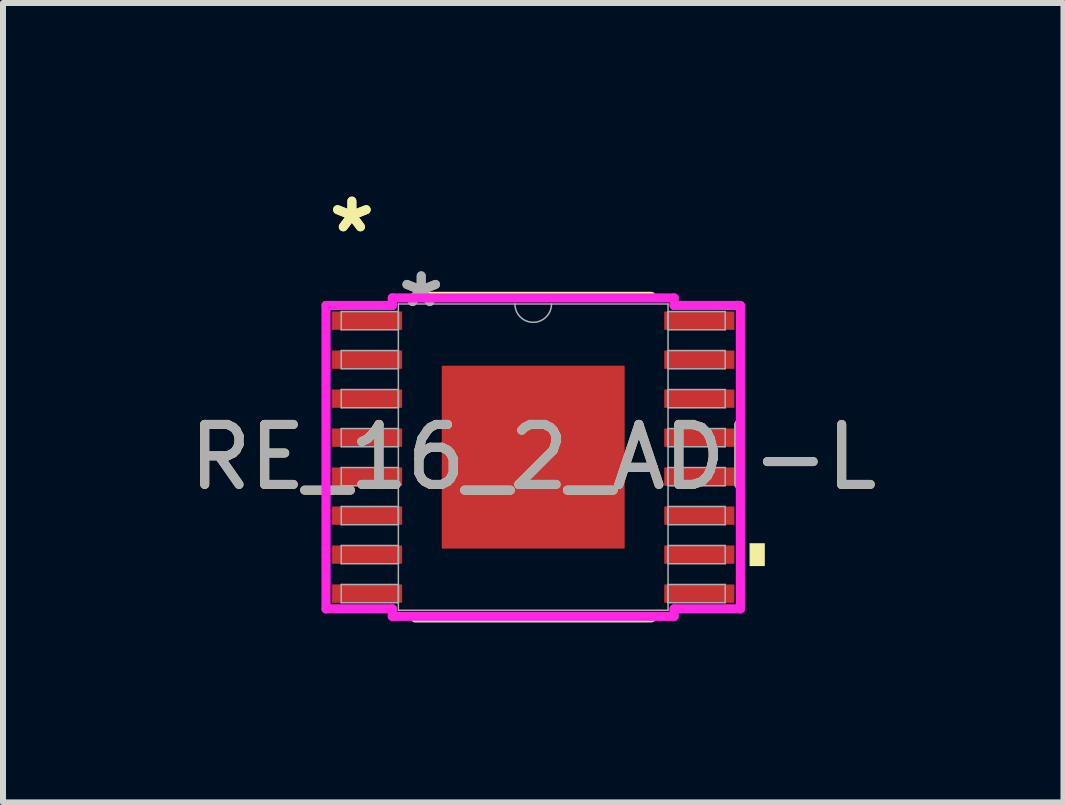
<source format=kicad_pcb>
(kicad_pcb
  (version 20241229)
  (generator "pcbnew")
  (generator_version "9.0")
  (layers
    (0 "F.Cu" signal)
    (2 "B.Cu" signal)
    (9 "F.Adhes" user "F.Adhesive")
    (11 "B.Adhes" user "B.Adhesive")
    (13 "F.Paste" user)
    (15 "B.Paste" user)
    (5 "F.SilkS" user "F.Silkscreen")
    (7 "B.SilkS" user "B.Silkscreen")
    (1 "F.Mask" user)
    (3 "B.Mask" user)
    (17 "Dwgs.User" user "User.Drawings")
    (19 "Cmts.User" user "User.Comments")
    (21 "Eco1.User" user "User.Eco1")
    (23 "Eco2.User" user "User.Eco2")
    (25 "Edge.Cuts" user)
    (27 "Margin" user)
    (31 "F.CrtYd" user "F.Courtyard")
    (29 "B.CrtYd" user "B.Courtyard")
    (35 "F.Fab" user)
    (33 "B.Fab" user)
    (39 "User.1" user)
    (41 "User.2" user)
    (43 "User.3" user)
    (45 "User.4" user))
  (footprint "RE_16_2_ADI-L"
    (layer "F.Cu")
    (at 5.839 4.571)
    (property "Reference" "RE_16_2_ADI-L" (at 0 0 0) (unlocked yes) (layer "F.SilkS") (effects (font (size 1 1) (thickness 0.15))))
    (attr smd)
    (fp_line (start -1.967 2.68) (end 1.967 2.68) (stroke (width 0.152) (type solid)) (layer "F.SilkS"))
    (fp_line (start 1.967 -2.68) (end -1.967 -2.68) (stroke (width 0.152) (type solid)) (layer "F.SilkS"))
    (fp_poly (pts (xy 3.861 1.435) (xy 3.861 1.816) (xy 3.607 1.816) (xy 3.607 1.435)) (stroke (width 0) (type solid)) (fill yes) (layer "F.SilkS"))
    (fp_poly (pts (xy -1.424 -1.424) (xy -1.424 -0.1) (xy -0.1 -0.1) (xy -0.1 -1.424)) (stroke (width 0) (type solid)) (fill yes) (layer "F.Paste"))
    (fp_poly (pts (xy -1.424 0.1) (xy -1.424 1.424) (xy -0.1 1.424) (xy -0.1 0.1)) (stroke (width 0) (type solid)) (fill yes) (layer "F.Paste"))
    (fp_poly (pts (xy 0.1 -1.424) (xy 0.1 -0.1) (xy 1.424 -0.1) (xy 1.424 -1.424)) (stroke (width 0) (type solid)) (fill yes) (layer "F.Paste"))
    (fp_poly (pts (xy 0.1 0.1) (xy 0.1 1.424) (xy 1.424 1.424) (xy 1.424 0.1)) (stroke (width 0) (type solid)) (fill yes) (layer "F.Paste"))
    (fp_line (start -3.454 -2.529) (end -2.349 -2.529) (stroke (width 0.152) (type solid)) (layer "F.CrtYd"))
    (fp_line (start -3.454 2.529) (end -3.454 -2.529) (stroke (width 0.152) (type solid)) (layer "F.CrtYd"))
    (fp_line (start -3.454 2.529) (end -2.349 2.529) (stroke (width 0.152) (type solid)) (layer "F.CrtYd"))
    (fp_line (start -2.349 -2.654) (end 2.349 -2.654) (stroke (width 0.152) (type solid)) (layer "F.CrtYd"))
    (fp_line (start -2.349 -2.529) (end -2.349 -2.654) (stroke (width 0.152) (type solid)) (layer "F.CrtYd"))
    (fp_line (start -2.349 2.654) (end -2.349 2.529) (stroke (width 0.152) (type solid)) (layer "F.CrtYd"))
    (fp_line (start 2.349 -2.654) (end 2.349 -2.529) (stroke (width 0.152) (type solid)) (layer "F.CrtYd"))
    (fp_line (start 2.349 2.529) (end 2.349 2.654) (stroke (width 0.152) (type solid)) (layer "F.CrtYd"))
    (fp_line (start 2.349 2.654) (end -2.349 2.654) (stroke (width 0.152) (type solid)) (layer "F.CrtYd"))
    (fp_line (start 3.454 -2.529) (end 2.349 -2.529) (stroke (width 0.152) (type solid)) (layer "F.CrtYd"))
    (fp_line (start 3.454 -2.529) (end 3.454 2.529) (stroke (width 0.152) (type solid)) (layer "F.CrtYd"))
    (fp_line (start 3.454 2.529) (end 2.349 2.529) (stroke (width 0.152) (type solid)) (layer "F.CrtYd"))
    (fp_line (start -3.2 -2.427) (end -3.2 -2.123) (stroke (width 0.025) (type solid)) (layer "F.Fab"))
    (fp_line (start -3.2 -2.123) (end -2.248 -2.123) (stroke (width 0.025) (type solid)) (layer "F.Fab"))
    (fp_line (start -3.2 -1.777) (end -3.2 -1.473) (stroke (width 0.025) (type solid)) (layer "F.Fab"))
    (fp_line (start -3.2 -1.473) (end -2.248 -1.473) (stroke (width 0.025) (type solid)) (layer "F.Fab"))
    (fp_line (start -3.2 -1.127) (end -3.2 -0.823) (stroke (width 0.025) (type solid)) (layer "F.Fab"))
    (fp_line (start -3.2 -0.823) (end -2.248 -0.823) (stroke (width 0.025) (type solid)) (layer "F.Fab"))
    (fp_line (start -3.2 -0.477) (end -3.2 -0.173) (stroke (width 0.025) (type solid)) (layer "F.Fab"))
    (fp_line (start -3.2 -0.173) (end -2.248 -0.173) (stroke (width 0.025) (type solid)) (layer "F.Fab"))
    (fp_line (start -3.2 0.173) (end -3.2 0.477) (stroke (width 0.025) (type solid)) (layer "F.Fab"))
    (fp_line (start -3.2 0.477) (end -2.248 0.477) (stroke (width 0.025) (type solid)) (layer "F.Fab"))
    (fp_line (start -3.2 0.823) (end -3.2 1.127) (stroke (width 0.025) (type solid)) (layer "F.Fab"))
    (fp_line (start -3.2 1.127) (end -2.248 1.127) (stroke (width 0.025) (type solid)) (layer "F.Fab"))
    (fp_line (start -3.2 1.473) (end -3.2 1.777) (stroke (width 0.025) (type solid)) (layer "F.Fab"))
    (fp_line (start -3.2 1.777) (end -2.248 1.777) (stroke (width 0.025) (type solid)) (layer "F.Fab"))
    (fp_line (start -3.2 2.123) (end -3.2 2.427) (stroke (width 0.025) (type solid)) (layer "F.Fab"))
    (fp_line (start -3.2 2.427) (end -2.248 2.427) (stroke (width 0.025) (type solid)) (layer "F.Fab"))
    (fp_line (start -2.248 -2.553) (end -2.248 2.553) (stroke (width 0.025) (type solid)) (layer "F.Fab"))
    (fp_line (start -2.248 -2.427) (end -3.2 -2.427) (stroke (width 0.025) (type solid)) (layer "F.Fab"))
    (fp_line (start -2.248 -2.123) (end -2.248 -2.427) (stroke (width 0.025) (type solid)) (layer "F.Fab"))
    (fp_line (start -2.248 -1.777) (end -3.2 -1.777) (stroke (width 0.025) (type solid)) (layer "F.Fab"))
    (fp_line (start -2.248 -1.473) (end -2.248 -1.777) (stroke (width 0.025) (type solid)) (layer "F.Fab"))
    (fp_line (start -2.248 -1.127) (end -3.2 -1.127) (stroke (width 0.025) (type solid)) (layer "F.Fab"))
    (fp_line (start -2.248 -0.823) (end -2.248 -1.127) (stroke (width 0.025) (type solid)) (layer "F.Fab"))
    (fp_line (start -2.248 -0.477) (end -3.2 -0.477) (stroke (width 0.025) (type solid)) (layer "F.Fab"))
    (fp_line (start -2.248 -0.173) (end -2.248 -0.477) (stroke (width 0.025) (type solid)) (layer "F.Fab"))
    (fp_line (start -2.248 0.173) (end -3.2 0.173) (stroke (width 0.025) (type solid)) (layer "F.Fab"))
    (fp_line (start -2.248 0.477) (end -2.248 0.173) (stroke (width 0.025) (type solid)) (layer "F.Fab"))
    (fp_line (start -2.248 0.823) (end -3.2 0.823) (stroke (width 0.025) (type solid)) (layer "F.Fab"))
    (fp_line (start -2.248 1.127) (end -2.248 0.823) (stroke (width 0.025) (type solid)) (layer "F.Fab"))
    (fp_line (start -2.248 1.473) (end -3.2 1.473) (stroke (width 0.025) (type solid)) (layer "F.Fab"))
    (fp_line (start -2.248 1.777) (end -2.248 1.473) (stroke (width 0.025) (type solid)) (layer "F.Fab"))
    (fp_line (start -2.248 2.123) (end -3.2 2.123) (stroke (width 0.025) (type solid)) (layer "F.Fab"))
    (fp_line (start -2.248 2.427) (end -2.248 2.123) (stroke (width 0.025) (type solid)) (layer "F.Fab"))
    (fp_line (start -2.248 2.553) (end 2.248 2.553) (stroke (width 0.025) (type solid)) (layer "F.Fab"))
    (fp_line (start 2.248 -2.553) (end -2.248 -2.553) (stroke (width 0.025) (type solid)) (layer "F.Fab"))
    (fp_line (start 2.248 -2.427) (end 2.248 -2.123) (stroke (width 0.025) (type solid)) (layer "F.Fab"))
    (fp_line (start 2.248 -2.123) (end 3.2 -2.123) (stroke (width 0.025) (type solid)) (layer "F.Fab"))
    (fp_line (start 2.248 -1.777) (end 2.248 -1.473) (stroke (width 0.025) (type solid)) (layer "F.Fab"))
    (fp_line (start 2.248 -1.473) (end 3.2 -1.473) (stroke (width 0.025) (type solid)) (layer "F.Fab"))
    (fp_line (start 2.248 -1.127) (end 2.248 -0.823) (stroke (width 0.025) (type solid)) (layer "F.Fab"))
    (fp_line (start 2.248 -0.823) (end 3.2 -0.823) (stroke (width 0.025) (type solid)) (layer "F.Fab"))
    (fp_line (start 2.248 -0.477) (end 2.248 -0.173) (stroke (width 0.025) (type solid)) (layer "F.Fab"))
    (fp_line (start 2.248 -0.173) (end 3.2 -0.173) (stroke (width 0.025) (type solid)) (layer "F.Fab"))
    (fp_line (start 2.248 0.173) (end 2.248 0.477) (stroke (width 0.025) (type solid)) (layer "F.Fab"))
    (fp_line (start 2.248 0.477) (end 3.2 0.477) (stroke (width 0.025) (type solid)) (layer "F.Fab"))
    (fp_line (start 2.248 0.823) (end 2.248 1.127) (stroke (width 0.025) (type solid)) (layer "F.Fab"))
    (fp_line (start 2.248 1.127) (end 3.2 1.127) (stroke (width 0.025) (type solid)) (layer "F.Fab"))
    (fp_line (start 2.248 1.473) (end 2.248 1.777) (stroke (width 0.025) (type solid)) (layer "F.Fab"))
    (fp_line (start 2.248 1.777) (end 3.2 1.777) (stroke (width 0.025) (type solid)) (layer "F.Fab"))
    (fp_line (start 2.248 2.123) (end 2.248 2.427) (stroke (width 0.025) (type solid)) (layer "F.Fab"))
    (fp_line (start 2.248 2.427) (end 3.2 2.427) (stroke (width 0.025) (type solid)) (layer "F.Fab"))
    (fp_line (start 2.248 2.553) (end 2.248 -2.553) (stroke (width 0.025) (type solid)) (layer "F.Fab"))
    (fp_line (start 3.2 -2.427) (end 2.248 -2.427) (stroke (width 0.025) (type solid)) (layer "F.Fab"))
    (fp_line (start 3.2 -2.123) (end 3.2 -2.427) (stroke (width 0.025) (type solid)) (layer "F.Fab"))
    (fp_line (start 3.2 -1.777) (end 2.248 -1.777) (stroke (width 0.025) (type solid)) (layer "F.Fab"))
    (fp_line (start 3.2 -1.473) (end 3.2 -1.777) (stroke (width 0.025) (type solid)) (layer "F.Fab"))
    (fp_line (start 3.2 -1.127) (end 2.248 -1.127) (stroke (width 0.025) (type solid)) (layer "F.Fab"))
    (fp_line (start 3.2 -0.823) (end 3.2 -1.127) (stroke (width 0.025) (type solid)) (layer "F.Fab"))
    (fp_line (start 3.2 -0.477) (end 2.248 -0.477) (stroke (width 0.025) (type solid)) (layer "F.Fab"))
    (fp_line (start 3.2 -0.173) (end 3.2 -0.477) (stroke (width 0.025) (type solid)) (layer "F.Fab"))
    (fp_line (start 3.2 0.173) (end 2.248 0.173) (stroke (width 0.025) (type solid)) (layer "F.Fab"))
    (fp_line (start 3.2 0.477) (end 3.2 0.173) (stroke (width 0.025) (type solid)) (layer "F.Fab"))
    (fp_line (start 3.2 0.823) (end 2.248 0.823) (stroke (width 0.025) (type solid)) (layer "F.Fab"))
    (fp_line (start 3.2 1.127) (end 3.2 0.823) (stroke (width 0.025) (type solid)) (layer "F.Fab"))
    (fp_line (start 3.2 1.473) (end 2.248 1.473) (stroke (width 0.025) (type solid)) (layer "F.Fab"))
    (fp_line (start 3.2 1.777) (end 3.2 1.473) (stroke (width 0.025) (type solid)) (layer "F.Fab"))
    (fp_line (start 3.2 2.123) (end 2.248 2.123) (stroke (width 0.025) (type solid)) (layer "F.Fab"))
    (fp_line (start 3.2 2.427) (end 3.2 2.123) (stroke (width 0.025) (type solid)) (layer "F.Fab"))
    (fp_arc (start 0.3048 -2.5527) (mid 0 -2.2479) (end -0.3048 -2.5527) (stroke (width 0.0254) (type solid)) (layer "F.Fab"))
    (fp_text user "*" (at -3.023 -3.723 0) (layer "F.SilkS") (effects (font (size 1 1) (thickness 0.15))))
    (fp_text user "*" (at -3.023 -3.723 0) (unlocked yes) (layer "F.SilkS") (effects (font (size 1 1) (thickness 0.15))))
    (fp_text user "${REFERENCE}" (at 0 0 0) (unlocked yes) (layer "F.Fab") (effects (font (size 1 1) (thickness 0.15))))
    (fp_text user "*" (at -1.867 -2.477 0) (unlocked yes) (layer "F.Fab") (effects (font (size 1 1) (thickness 0.15))))
    (fp_text user "*" (at -1.867 -2.477 0) (layer "F.Fab") (effects (font (size 1 1) (thickness 0.15))))
    (pad "1" smd rect (at -2.769 -2.275) (size 1.168 0.305) (layers "F.Cu" "F.Mask" "F.Paste"))
    (pad "2" smd rect (at -2.769 -1.625) (size 1.168 0.305) (layers "F.Cu" "F.Mask" "F.Paste"))
    (pad "3" smd rect (at -2.769 -0.975) (size 1.168 0.305) (layers "F.Cu" "F.Mask" "F.Paste"))
    (pad "4" smd rect (at -2.769 -0.325) (size 1.168 0.305) (layers "F.Cu" "F.Mask" "F.Paste"))
    (pad "5" smd rect (at -2.769 0.325) (size 1.168 0.305) (layers "F.Cu" "F.Mask" "F.Paste"))
    (pad "6" smd rect (at -2.769 0.975) (size 1.168 0.305) (layers "F.Cu" "F.Mask" "F.Paste"))
    (pad "7" smd rect (at -2.769 1.625) (size 1.168 0.305) (layers "F.Cu" "F.Mask" "F.Paste"))
    (pad "8" smd rect (at -2.769 2.275) (size 1.168 0.305) (layers "F.Cu" "F.Mask" "F.Paste"))
    (pad "9" smd rect (at 2.769 2.275) (size 1.168 0.305) (layers "F.Cu" "F.Mask" "F.Paste"))
    (pad "10" smd rect (at 2.769 1.625) (size 1.168 0.305) (layers "F.Cu" "F.Mask" "F.Paste"))
    (pad "11" smd rect (at 2.769 0.975) (size 1.168 0.305) (layers "F.Cu" "F.Mask" "F.Paste"))
    (pad "12" smd rect (at 2.769 0.325) (size 1.168 0.305) (layers "F.Cu" "F.Mask" "F.Paste"))
    (pad "13" smd rect (at 2.769 -0.325) (size 1.168 0.305) (layers "F.Cu" "F.Mask" "F.Paste"))
    (pad "14" smd rect (at 2.769 -0.975) (size 1.168 0.305) (layers "F.Cu" "F.Mask" "F.Paste"))
    (pad "15" smd rect (at 2.769 -1.625) (size 1.168 0.305) (layers "F.Cu" "F.Mask" "F.Paste"))
    (pad "16" smd rect (at 2.769 -2.275) (size 1.168 0.305) (layers "F.Cu" "F.Mask" "F.Paste"))
    (pad "EPAD" smd rect (at 0 0) (size 3.048 3.048) (layers "F.Cu" "F.Mask")))
  (gr_rect
    (start -3 -3)
    (end 14.679 10.327)
    (stroke (width 0.1) (type default))
    (fill no)
    (layer "Edge.Cuts")))
</source>
